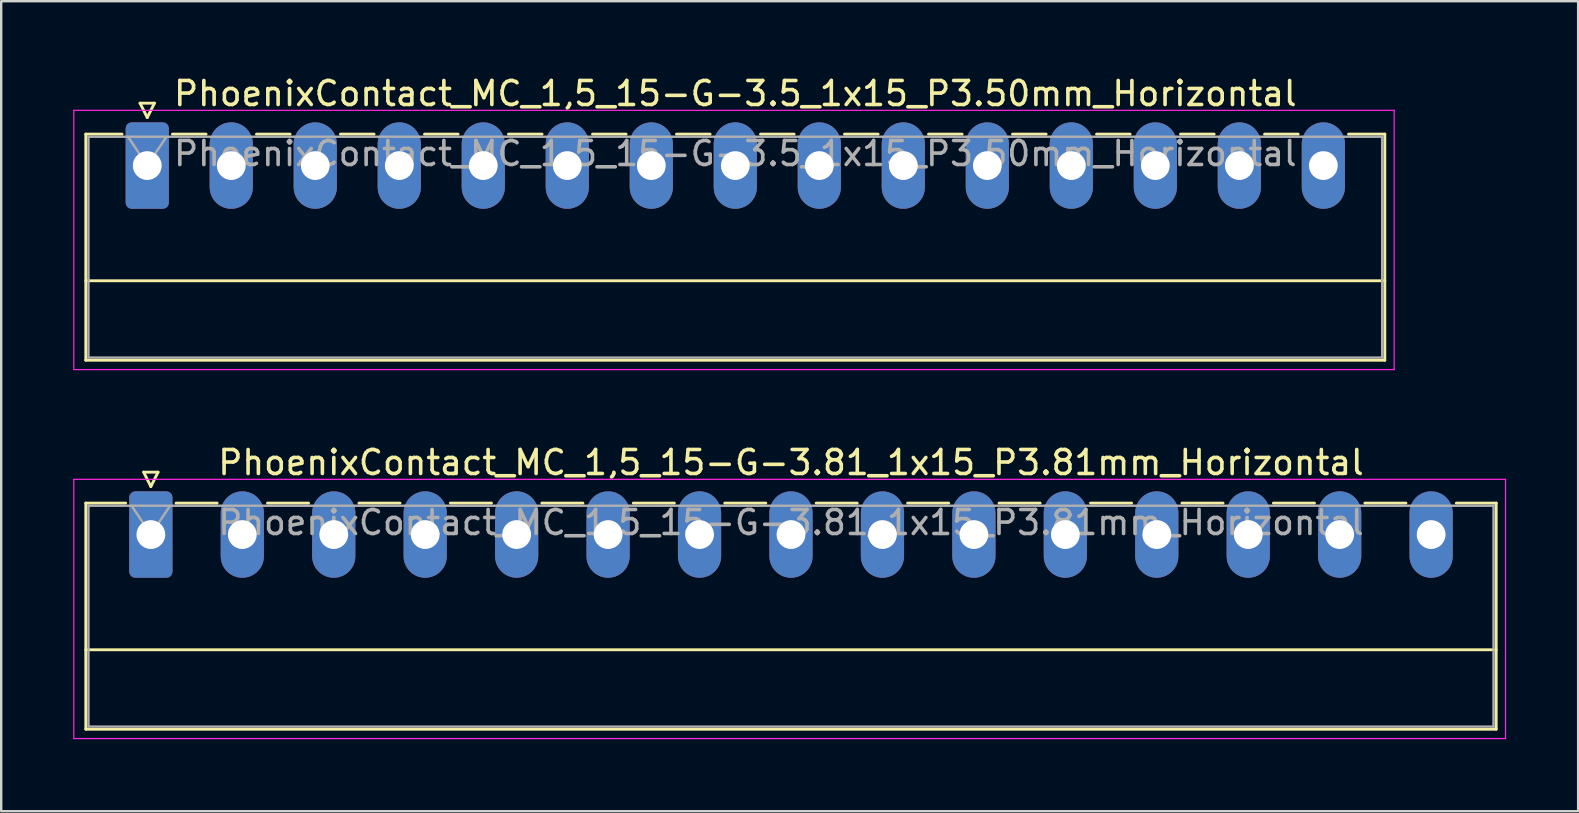
<source format=kicad_pcb>
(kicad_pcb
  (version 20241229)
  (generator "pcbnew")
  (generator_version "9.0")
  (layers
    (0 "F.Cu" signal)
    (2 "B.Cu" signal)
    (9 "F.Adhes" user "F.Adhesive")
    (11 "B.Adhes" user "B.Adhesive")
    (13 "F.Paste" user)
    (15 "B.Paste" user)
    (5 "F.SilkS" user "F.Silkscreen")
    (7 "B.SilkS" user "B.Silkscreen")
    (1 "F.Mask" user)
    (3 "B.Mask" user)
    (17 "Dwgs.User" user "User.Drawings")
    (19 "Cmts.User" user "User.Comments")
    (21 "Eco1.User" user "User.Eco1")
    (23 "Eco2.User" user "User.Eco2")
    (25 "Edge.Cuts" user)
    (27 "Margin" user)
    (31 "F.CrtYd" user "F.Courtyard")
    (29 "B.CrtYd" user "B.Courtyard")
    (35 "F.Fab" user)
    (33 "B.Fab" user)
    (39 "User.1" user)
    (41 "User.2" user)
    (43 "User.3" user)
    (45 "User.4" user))
  (footprint "PhoenixContact_MC_1,5_15-G-3.5_1x15_P3.50mm_Horizontal"
    (layer "F.Cu")
    (at 3.085 3.848)
    (property "Reference" "PhoenixContact_MC_1,5_15-G-3.5_1x15_P3.50mm_Horizontal" (at 24.5 -3 0) (layer "F.SilkS") (effects (font (size 1 1) (thickness 0.15))))
    (attr through_hole)
    (fp_line (start -2.56 -1.31) (end -2.56 8.11) (stroke (width 0.12) (type solid)) (layer "F.SilkS"))
    (fp_line (start -2.56 -1.31) (end -1.05 -1.31) (stroke (width 0.12) (type solid)) (layer "F.SilkS"))
    (fp_line (start -2.56 4.8) (end 51.56 4.8) (stroke (width 0.12) (type solid)) (layer "F.SilkS"))
    (fp_line (start -2.56 8.11) (end 51.56 8.11) (stroke (width 0.12) (type solid)) (layer "F.SilkS"))
    (fp_line (start -0.3 -2.6) (end 0.3 -2.6) (stroke (width 0.12) (type solid)) (layer "F.SilkS"))
    (fp_line (start 0 -2) (end -0.3 -2.6) (stroke (width 0.12) (type solid)) (layer "F.SilkS"))
    (fp_line (start 0.3 -2.6) (end 0 -2) (stroke (width 0.12) (type solid)) (layer "F.SilkS"))
    (fp_line (start 1.05 -1.31) (end 2.45 -1.31) (stroke (width 0.12) (type solid)) (layer "F.SilkS"))
    (fp_line (start 4.55 -1.31) (end 5.95 -1.31) (stroke (width 0.12) (type solid)) (layer "F.SilkS"))
    (fp_line (start 8.05 -1.31) (end 9.45 -1.31) (stroke (width 0.12) (type solid)) (layer "F.SilkS"))
    (fp_line (start 11.55 -1.31) (end 12.95 -1.31) (stroke (width 0.12) (type solid)) (layer "F.SilkS"))
    (fp_line (start 15.05 -1.31) (end 16.45 -1.31) (stroke (width 0.12) (type solid)) (layer "F.SilkS"))
    (fp_line (start 18.55 -1.31) (end 19.95 -1.31) (stroke (width 0.12) (type solid)) (layer "F.SilkS"))
    (fp_line (start 22.05 -1.31) (end 23.45 -1.31) (stroke (width 0.12) (type solid)) (layer "F.SilkS"))
    (fp_line (start 25.55 -1.31) (end 26.95 -1.31) (stroke (width 0.12) (type solid)) (layer "F.SilkS"))
    (fp_line (start 29.05 -1.31) (end 30.45 -1.31) (stroke (width 0.12) (type solid)) (layer "F.SilkS"))
    (fp_line (start 32.55 -1.31) (end 33.95 -1.31) (stroke (width 0.12) (type solid)) (layer "F.SilkS"))
    (fp_line (start 36.05 -1.31) (end 37.45 -1.31) (stroke (width 0.12) (type solid)) (layer "F.SilkS"))
    (fp_line (start 39.55 -1.31) (end 40.95 -1.31) (stroke (width 0.12) (type solid)) (layer "F.SilkS"))
    (fp_line (start 43.05 -1.31) (end 44.45 -1.31) (stroke (width 0.12) (type solid)) (layer "F.SilkS"))
    (fp_line (start 46.55 -1.31) (end 47.95 -1.31) (stroke (width 0.12) (type solid)) (layer "F.SilkS"))
    (fp_line (start 51.56 -1.31) (end 50.05 -1.31) (stroke (width 0.12) (type solid)) (layer "F.SilkS"))
    (fp_line (start 51.56 8.11) (end 51.56 -1.31) (stroke (width 0.12) (type solid)) (layer "F.SilkS"))
    (fp_line (start -3.06 -2.3) (end -3.06 8.5) (stroke (width 0.05) (type solid)) (layer "F.CrtYd"))
    (fp_line (start -3.06 8.5) (end 51.95 8.5) (stroke (width 0.05) (type solid)) (layer "F.CrtYd"))
    (fp_line (start 51.95 -2.3) (end -3.06 -2.3) (stroke (width 0.05) (type solid)) (layer "F.CrtYd"))
    (fp_line (start 51.95 8.5) (end 51.95 -2.3) (stroke (width 0.05) (type solid)) (layer "F.CrtYd"))
    (fp_line (start -2.45 -1.2) (end -2.45 8) (stroke (width 0.1) (type solid)) (layer "F.Fab"))
    (fp_line (start -2.45 8) (end 51.45 8) (stroke (width 0.1) (type solid)) (layer "F.Fab"))
    (fp_line (start 0 0) (end -0.8 -1.2) (stroke (width 0.1) (type solid)) (layer "F.Fab"))
    (fp_line (start 0.8 -1.2) (end 0 0) (stroke (width 0.1) (type solid)) (layer "F.Fab"))
    (fp_line (start 51.45 -1.2) (end -2.45 -1.2) (stroke (width 0.1) (type solid)) (layer "F.Fab"))
    (fp_line (start 51.45 8) (end 51.45 -1.2) (stroke (width 0.1) (type solid)) (layer "F.Fab"))
    (fp_text user "${REFERENCE}" (at 24.5 -0.5 0) (layer "F.Fab") (effects (font (size 1 1) (thickness 0.15))))
    (pad "1" thru_hole roundrect (at 0 0) (size 1.8 3.6) (drill 1.2) (layers "*.Cu" "*.Mask") (roundrect_rratio 0.139))
    (pad "2" thru_hole oval (at 3.5 0) (size 1.8 3.6) (drill 1.2) (layers "*.Cu" "*.Mask"))
    (pad "3" thru_hole oval (at 7 0) (size 1.8 3.6) (drill 1.2) (layers "*.Cu" "*.Mask"))
    (pad "4" thru_hole oval (at 10.5 0) (size 1.8 3.6) (drill 1.2) (layers "*.Cu" "*.Mask"))
    (pad "5" thru_hole oval (at 14 0) (size 1.8 3.6) (drill 1.2) (layers "*.Cu" "*.Mask"))
    (pad "6" thru_hole oval (at 17.5 0) (size 1.8 3.6) (drill 1.2) (layers "*.Cu" "*.Mask"))
    (pad "7" thru_hole oval (at 21 0) (size 1.8 3.6) (drill 1.2) (layers "*.Cu" "*.Mask"))
    (pad "8" thru_hole oval (at 24.5 0) (size 1.8 3.6) (drill 1.2) (layers "*.Cu" "*.Mask"))
    (pad "9" thru_hole oval (at 28 0) (size 1.8 3.6) (drill 1.2) (layers "*.Cu" "*.Mask"))
    (pad "10" thru_hole oval (at 31.5 0) (size 1.8 3.6) (drill 1.2) (layers "*.Cu" "*.Mask"))
    (pad "11" thru_hole oval (at 35 0) (size 1.8 3.6) (drill 1.2) (layers "*.Cu" "*.Mask"))
    (pad "12" thru_hole oval (at 38.5 0) (size 1.8 3.6) (drill 1.2) (layers "*.Cu" "*.Mask"))
    (pad "13" thru_hole oval (at 42 0) (size 1.8 3.6) (drill 1.2) (layers "*.Cu" "*.Mask"))
    (pad "14" thru_hole oval (at 45.5 0) (size 1.8 3.6) (drill 1.2) (layers "*.Cu" "*.Mask"))
    (pad "15" thru_hole oval (at 49 0) (size 1.8 3.6) (drill 1.2) (layers "*.Cu" "*.Mask")))
  (footprint "PhoenixContact_MC_1,5_15-G-3.81_1x15_P3.81mm_Horizontal"
    (layer "F.Cu")
    (at 3.235 19.221)
    (property "Reference" "PhoenixContact_MC_1,5_15-G-3.81_1x15_P3.81mm_Horizontal" (at 26.67 -3 0) (layer "F.SilkS") (effects (font (size 1 1) (thickness 0.15))))
    (attr through_hole)
    (fp_line (start -2.71 -1.31) (end -2.71 8.11) (stroke (width 0.12) (type solid)) (layer "F.SilkS"))
    (fp_line (start -2.71 -1.31) (end -1.05 -1.31) (stroke (width 0.12) (type solid)) (layer "F.SilkS"))
    (fp_line (start -2.71 4.8) (end 56.05 4.8) (stroke (width 0.12) (type solid)) (layer "F.SilkS"))
    (fp_line (start -2.71 8.11) (end 56.05 8.11) (stroke (width 0.12) (type solid)) (layer "F.SilkS"))
    (fp_line (start -0.3 -2.6) (end 0.3 -2.6) (stroke (width 0.12) (type solid)) (layer "F.SilkS"))
    (fp_line (start 0 -2) (end -0.3 -2.6) (stroke (width 0.12) (type solid)) (layer "F.SilkS"))
    (fp_line (start 0.3 -2.6) (end 0 -2) (stroke (width 0.12) (type solid)) (layer "F.SilkS"))
    (fp_line (start 1.05 -1.31) (end 2.76 -1.31) (stroke (width 0.12) (type solid)) (layer "F.SilkS"))
    (fp_line (start 4.86 -1.31) (end 6.57 -1.31) (stroke (width 0.12) (type solid)) (layer "F.SilkS"))
    (fp_line (start 8.67 -1.31) (end 10.38 -1.31) (stroke (width 0.12) (type solid)) (layer "F.SilkS"))
    (fp_line (start 12.48 -1.31) (end 14.19 -1.31) (stroke (width 0.12) (type solid)) (layer "F.SilkS"))
    (fp_line (start 16.29 -1.31) (end 18 -1.31) (stroke (width 0.12) (type solid)) (layer "F.SilkS"))
    (fp_line (start 20.1 -1.31) (end 21.81 -1.31) (stroke (width 0.12) (type solid)) (layer "F.SilkS"))
    (fp_line (start 23.91 -1.31) (end 25.62 -1.31) (stroke (width 0.12) (type solid)) (layer "F.SilkS"))
    (fp_line (start 27.72 -1.31) (end 29.43 -1.31) (stroke (width 0.12) (type solid)) (layer "F.SilkS"))
    (fp_line (start 31.53 -1.31) (end 33.24 -1.31) (stroke (width 0.12) (type solid)) (layer "F.SilkS"))
    (fp_line (start 35.34 -1.31) (end 37.05 -1.31) (stroke (width 0.12) (type solid)) (layer "F.SilkS"))
    (fp_line (start 39.15 -1.31) (end 40.86 -1.31) (stroke (width 0.12) (type solid)) (layer "F.SilkS"))
    (fp_line (start 42.96 -1.31) (end 44.67 -1.31) (stroke (width 0.12) (type solid)) (layer "F.SilkS"))
    (fp_line (start 46.77 -1.31) (end 48.48 -1.31) (stroke (width 0.12) (type solid)) (layer "F.SilkS"))
    (fp_line (start 50.58 -1.31) (end 52.29 -1.31) (stroke (width 0.12) (type solid)) (layer "F.SilkS"))
    (fp_line (start 56.05 -1.31) (end 54.39 -1.31) (stroke (width 0.12) (type solid)) (layer "F.SilkS"))
    (fp_line (start 56.05 8.11) (end 56.05 -1.31) (stroke (width 0.12) (type solid)) (layer "F.SilkS"))
    (fp_line (start -3.21 -2.3) (end -3.21 8.5) (stroke (width 0.05) (type solid)) (layer "F.CrtYd"))
    (fp_line (start -3.21 8.5) (end 56.44 8.5) (stroke (width 0.05) (type solid)) (layer "F.CrtYd"))
    (fp_line (start 56.44 -2.3) (end -3.21 -2.3) (stroke (width 0.05) (type solid)) (layer "F.CrtYd"))
    (fp_line (start 56.44 8.5) (end 56.44 -2.3) (stroke (width 0.05) (type solid)) (layer "F.CrtYd"))
    (fp_line (start -2.6 -1.2) (end -2.6 8) (stroke (width 0.1) (type solid)) (layer "F.Fab"))
    (fp_line (start -2.6 8) (end 55.94 8) (stroke (width 0.1) (type solid)) (layer "F.Fab"))
    (fp_line (start 0 0) (end -0.8 -1.2) (stroke (width 0.1) (type solid)) (layer "F.Fab"))
    (fp_line (start 0.8 -1.2) (end 0 0) (stroke (width 0.1) (type solid)) (layer "F.Fab"))
    (fp_line (start 55.94 -1.2) (end -2.6 -1.2) (stroke (width 0.1) (type solid)) (layer "F.Fab"))
    (fp_line (start 55.94 8) (end 55.94 -1.2) (stroke (width 0.1) (type solid)) (layer "F.Fab"))
    (fp_text user "${REFERENCE}" (at 26.67 -0.5 0) (layer "F.Fab") (effects (font (size 1 1) (thickness 0.15))))
    (pad "1" thru_hole roundrect (at 0 0) (size 1.8 3.6) (drill 1.2) (layers "*.Cu" "*.Mask") (roundrect_rratio 0.139))
    (pad "2" thru_hole oval (at 3.81 0) (size 1.8 3.6) (drill 1.2) (layers "*.Cu" "*.Mask"))
    (pad "3" thru_hole oval (at 7.62 0) (size 1.8 3.6) (drill 1.2) (layers "*.Cu" "*.Mask"))
    (pad "4" thru_hole oval (at 11.43 0) (size 1.8 3.6) (drill 1.2) (layers "*.Cu" "*.Mask"))
    (pad "5" thru_hole oval (at 15.24 0) (size 1.8 3.6) (drill 1.2) (layers "*.Cu" "*.Mask"))
    (pad "6" thru_hole oval (at 19.05 0) (size 1.8 3.6) (drill 1.2) (layers "*.Cu" "*.Mask"))
    (pad "7" thru_hole oval (at 22.86 0) (size 1.8 3.6) (drill 1.2) (layers "*.Cu" "*.Mask"))
    (pad "8" thru_hole oval (at 26.67 0) (size 1.8 3.6) (drill 1.2) (layers "*.Cu" "*.Mask"))
    (pad "9" thru_hole oval (at 30.48 0) (size 1.8 3.6) (drill 1.2) (layers "*.Cu" "*.Mask"))
    (pad "10" thru_hole oval (at 34.29 0) (size 1.8 3.6) (drill 1.2) (layers "*.Cu" "*.Mask"))
    (pad "11" thru_hole oval (at 38.1 0) (size 1.8 3.6) (drill 1.2) (layers "*.Cu" "*.Mask"))
    (pad "12" thru_hole oval (at 41.91 0) (size 1.8 3.6) (drill 1.2) (layers "*.Cu" "*.Mask"))
    (pad "13" thru_hole oval (at 45.72 0) (size 1.8 3.6) (drill 1.2) (layers "*.Cu" "*.Mask"))
    (pad "14" thru_hole oval (at 49.53 0) (size 1.8 3.6) (drill 1.2) (layers "*.Cu" "*.Mask"))
    (pad "15" thru_hole oval (at 53.34 0) (size 1.8 3.6) (drill 1.2) (layers "*.Cu" "*.Mask")))
  (gr_rect
    (start -3 -3)
    (end 62.7 30.747)
    (stroke (width 0.1) (type default))
    (fill no)
    (layer "Edge.Cuts")))
</source>
